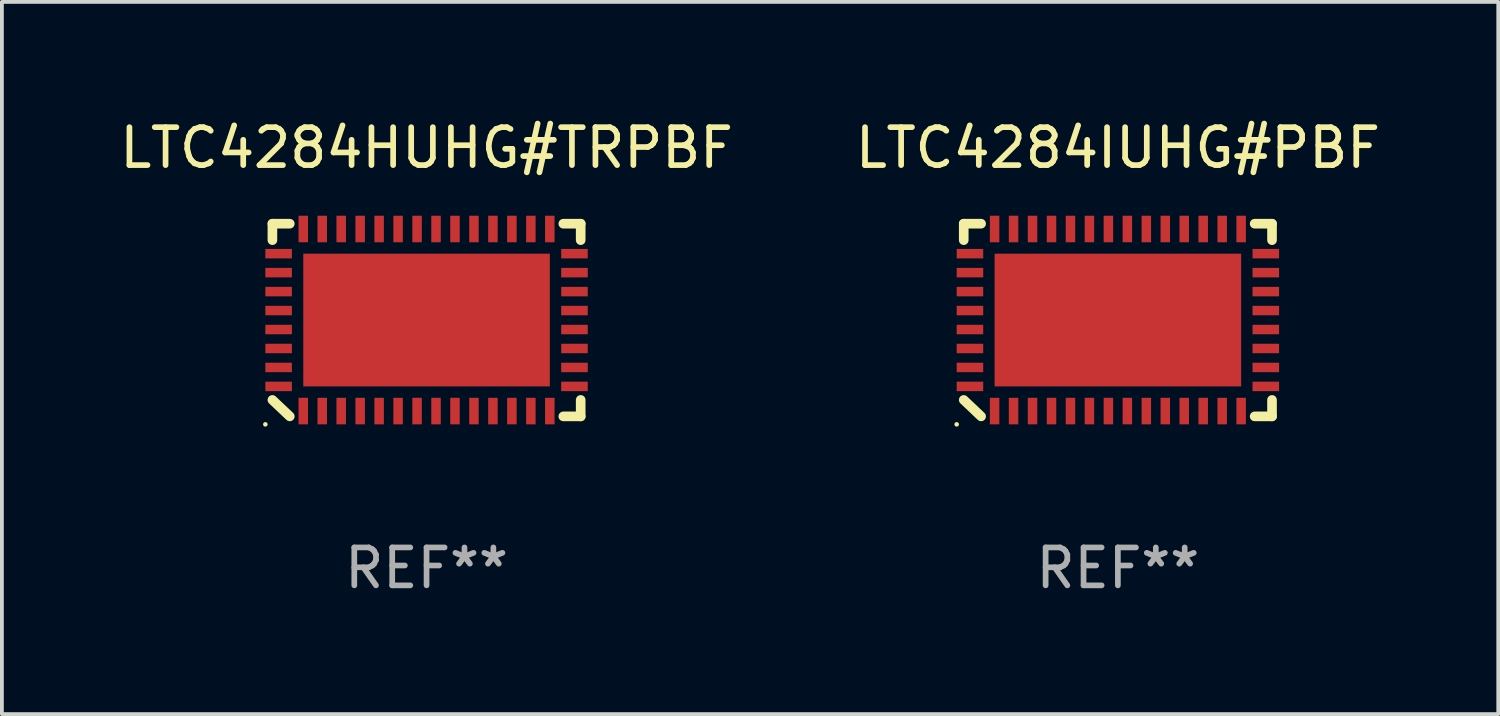
<source format=kicad_pcb>
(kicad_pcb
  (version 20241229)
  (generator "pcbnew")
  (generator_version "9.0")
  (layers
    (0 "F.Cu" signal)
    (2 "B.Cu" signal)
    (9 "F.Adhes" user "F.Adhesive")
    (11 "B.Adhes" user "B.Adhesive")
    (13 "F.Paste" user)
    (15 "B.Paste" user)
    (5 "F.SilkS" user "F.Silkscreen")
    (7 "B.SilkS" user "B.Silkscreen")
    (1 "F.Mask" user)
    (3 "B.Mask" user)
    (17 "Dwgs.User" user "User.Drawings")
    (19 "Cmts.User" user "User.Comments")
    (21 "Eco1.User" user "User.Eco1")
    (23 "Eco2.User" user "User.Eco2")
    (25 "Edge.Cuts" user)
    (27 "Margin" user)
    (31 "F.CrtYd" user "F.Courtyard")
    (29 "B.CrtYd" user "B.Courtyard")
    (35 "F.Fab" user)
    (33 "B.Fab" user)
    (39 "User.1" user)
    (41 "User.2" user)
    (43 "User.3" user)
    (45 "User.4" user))
  (footprint "LTC4284HUHG#TRPBF"
    (layer "F.Cu")
    (at 8.196 5.388)
    (property "Reference" "LTC4284HUHG#TRPBF" (at 0 -4.54 0) (layer "F.SilkS") (effects (font (size 1 1) (thickness 0.15))))
    (attr through_hole)
    (fp_line (start -4.064 -2.54) (end -3.606 -2.54) (stroke (width 0.254) (type solid)) (layer "F.SilkS"))
    (fp_line (start -4.064 -2.106) (end -4.064 -2.54) (stroke (width 0.254) (type solid)) (layer "F.SilkS"))
    (fp_line (start -3.606 2.54) (end -4.064 2.106) (stroke (width 0.254) (type solid)) (layer "F.SilkS"))
    (fp_line (start 3.606 -2.54) (end 4.064 -2.54) (stroke (width 0.254) (type solid)) (layer "F.SilkS"))
    (fp_line (start 4.064 -2.54) (end 4.064 -2.106) (stroke (width 0.254) (type solid)) (layer "F.SilkS"))
    (fp_line (start 4.064 2.106) (end 4.064 2.54) (stroke (width 0.254) (type solid)) (layer "F.SilkS"))
    (fp_line (start 4.064 2.54) (end 3.606 2.54) (stroke (width 0.254) (type solid)) (layer "F.SilkS"))
    (fp_circle (center -4.25 2.75) (end -4.22 2.75) (stroke (width 0.06) (type solid)) (fill no) (layer "F.SilkS"))
    (fp_text user "REF**" (at 0 6.54 0) (layer "F.Fab") (effects (font (size 1 1) (thickness 0.15))))
    (pad "1" smd rect (at -3.25 2.4) (size 0.25 0.7) (layers "F.Cu" "F.Mask" "F.Paste"))
    (pad "2" smd rect (at -2.75 2.4) (size 0.25 0.7) (layers "F.Cu" "F.Mask" "F.Paste"))
    (pad "3" smd rect (at -2.25 2.4) (size 0.25 0.7) (layers "F.Cu" "F.Mask" "F.Paste"))
    (pad "4" smd rect (at -1.75 2.4) (size 0.25 0.7) (layers "F.Cu" "F.Mask" "F.Paste"))
    (pad "5" smd rect (at -1.25 2.4) (size 0.25 0.7) (layers "F.Cu" "F.Mask" "F.Paste"))
    (pad "6" smd rect (at -0.75 2.4) (size 0.25 0.7) (layers "F.Cu" "F.Mask" "F.Paste"))
    (pad "7" smd rect (at -0.25 2.4) (size 0.25 0.7) (layers "F.Cu" "F.Mask" "F.Paste"))
    (pad "8" smd rect (at 0.25 2.4) (size 0.25 0.7) (layers "F.Cu" "F.Mask" "F.Paste"))
    (pad "9" smd rect (at 0.75 2.4) (size 0.25 0.7) (layers "F.Cu" "F.Mask" "F.Paste"))
    (pad "10" smd rect (at 1.25 2.4) (size 0.25 0.7) (layers "F.Cu" "F.Mask" "F.Paste"))
    (pad "11" smd rect (at 1.75 2.4) (size 0.25 0.7) (layers "F.Cu" "F.Mask" "F.Paste"))
    (pad "12" smd rect (at 2.25 2.4) (size 0.25 0.7) (layers "F.Cu" "F.Mask" "F.Paste"))
    (pad "13" smd rect (at 2.75 2.4) (size 0.25 0.7) (layers "F.Cu" "F.Mask" "F.Paste"))
    (pad "14" smd rect (at 3.25 2.4) (size 0.25 0.7) (layers "F.Cu" "F.Mask" "F.Paste"))
    (pad "15" smd rect (at 3.9 1.75 270) (size 0.25 0.7) (layers "F.Cu" "F.Mask" "F.Paste"))
    (pad "16" smd rect (at 3.9 1.25 270) (size 0.25 0.7) (layers "F.Cu" "F.Mask" "F.Paste"))
    (pad "17" smd rect (at 3.9 0.75 270) (size 0.25 0.7) (layers "F.Cu" "F.Mask" "F.Paste"))
    (pad "18" smd rect (at 3.9 0.25 270) (size 0.25 0.7) (layers "F.Cu" "F.Mask" "F.Paste"))
    (pad "19" smd rect (at 3.9 -0.25 270) (size 0.25 0.7) (layers "F.Cu" "F.Mask" "F.Paste"))
    (pad "20" smd rect (at 3.9 -0.75 270) (size 0.25 0.7) (layers "F.Cu" "F.Mask" "F.Paste"))
    (pad "21" smd rect (at 3.9 -1.25 270) (size 0.25 0.7) (layers "F.Cu" "F.Mask" "F.Paste"))
    (pad "22" smd rect (at 3.9 -1.75 270) (size 0.25 0.7) (layers "F.Cu" "F.Mask" "F.Paste"))
    (pad "23" smd rect (at 3.25 -2.4) (size 0.25 0.7) (layers "F.Cu" "F.Mask" "F.Paste"))
    (pad "24" smd rect (at 2.75 -2.4) (size 0.25 0.7) (layers "F.Cu" "F.Mask" "F.Paste"))
    (pad "25" smd rect (at 2.25 -2.4) (size 0.25 0.7) (layers "F.Cu" "F.Mask" "F.Paste"))
    (pad "26" smd rect (at 1.75 -2.4) (size 0.25 0.7) (layers "F.Cu" "F.Mask" "F.Paste"))
    (pad "27" smd rect (at 1.25 -2.4) (size 0.25 0.7) (layers "F.Cu" "F.Mask" "F.Paste"))
    (pad "28" smd rect (at 0.75 -2.4) (size 0.25 0.7) (layers "F.Cu" "F.Mask" "F.Paste"))
    (pad "29" smd rect (at 0.25 -2.4) (size 0.25 0.7) (layers "F.Cu" "F.Mask" "F.Paste"))
    (pad "30" smd rect (at -0.25 -2.4) (size 0.25 0.7) (layers "F.Cu" "F.Mask" "F.Paste"))
    (pad "31" smd rect (at -0.75 -2.4) (size 0.25 0.7) (layers "F.Cu" "F.Mask" "F.Paste"))
    (pad "32" smd rect (at -1.25 -2.4) (size 0.25 0.7) (layers "F.Cu" "F.Mask" "F.Paste"))
    (pad "33" smd rect (at -1.75 -2.4) (size 0.25 0.7) (layers "F.Cu" "F.Mask" "F.Paste"))
    (pad "34" smd rect (at -2.25 -2.4) (size 0.25 0.7) (layers "F.Cu" "F.Mask" "F.Paste"))
    (pad "35" smd rect (at -2.75 -2.4) (size 0.25 0.7) (layers "F.Cu" "F.Mask" "F.Paste"))
    (pad "36" smd rect (at -3.25 -2.4) (size 0.25 0.7) (layers "F.Cu" "F.Mask" "F.Paste"))
    (pad "37" smd rect (at -3.9 -1.75 270) (size 0.25 0.7) (layers "F.Cu" "F.Mask" "F.Paste"))
    (pad "38" smd rect (at -3.9 -1.25 270) (size 0.25 0.7) (layers "F.Cu" "F.Mask" "F.Paste"))
    (pad "39" smd rect (at -3.9 -0.75 270) (size 0.25 0.7) (layers "F.Cu" "F.Mask" "F.Paste"))
    (pad "40" smd rect (at -3.9 -0.25 270) (size 0.25 0.7) (layers "F.Cu" "F.Mask" "F.Paste"))
    (pad "41" smd rect (at -3.9 0.25 270) (size 0.25 0.7) (layers "F.Cu" "F.Mask" "F.Paste"))
    (pad "42" smd rect (at -3.9 0.75 270) (size 0.25 0.7) (layers "F.Cu" "F.Mask" "F.Paste"))
    (pad "43" smd rect (at -3.9 1.25 270) (size 0.25 0.7) (layers "F.Cu" "F.Mask" "F.Paste"))
    (pad "44" smd rect (at -3.9 1.75 270) (size 0.25 0.7) (layers "F.Cu" "F.Mask" "F.Paste"))
    (pad "45" smd rect (at 0 0 270) (size 3.5 6.5) (layers "F.Cu" "F.Mask" "F.Paste")))
  (footprint "LTC4284IUHG#PBF"
    (layer "F.Cu")
    (at 26.423 5.388)
    (property "Reference" "LTC4284IUHG#PBF" (at 0 -4.54 0) (layer "F.SilkS") (effects (font (size 1 1) (thickness 0.15))))
    (attr through_hole)
    (fp_line (start -4.064 -2.54) (end -3.606 -2.54) (stroke (width 0.254) (type solid)) (layer "F.SilkS"))
    (fp_line (start -4.064 -2.106) (end -4.064 -2.54) (stroke (width 0.254) (type solid)) (layer "F.SilkS"))
    (fp_line (start -3.606 2.54) (end -4.064 2.106) (stroke (width 0.254) (type solid)) (layer "F.SilkS"))
    (fp_line (start 3.606 -2.54) (end 4.064 -2.54) (stroke (width 0.254) (type solid)) (layer "F.SilkS"))
    (fp_line (start 4.064 -2.54) (end 4.064 -2.106) (stroke (width 0.254) (type solid)) (layer "F.SilkS"))
    (fp_line (start 4.064 2.106) (end 4.064 2.54) (stroke (width 0.254) (type solid)) (layer "F.SilkS"))
    (fp_line (start 4.064 2.54) (end 3.606 2.54) (stroke (width 0.254) (type solid)) (layer "F.SilkS"))
    (fp_circle (center -4.25 2.75) (end -4.22 2.75) (stroke (width 0.06) (type solid)) (fill no) (layer "F.SilkS"))
    (fp_text user "REF**" (at 0 6.54 0) (layer "F.Fab") (effects (font (size 1 1) (thickness 0.15))))
    (pad "1" smd rect (at -3.25 2.4) (size 0.25 0.7) (layers "F.Cu" "F.Mask" "F.Paste"))
    (pad "2" smd rect (at -2.75 2.4) (size 0.25 0.7) (layers "F.Cu" "F.Mask" "F.Paste"))
    (pad "3" smd rect (at -2.25 2.4) (size 0.25 0.7) (layers "F.Cu" "F.Mask" "F.Paste"))
    (pad "4" smd rect (at -1.75 2.4) (size 0.25 0.7) (layers "F.Cu" "F.Mask" "F.Paste"))
    (pad "5" smd rect (at -1.25 2.4) (size 0.25 0.7) (layers "F.Cu" "F.Mask" "F.Paste"))
    (pad "6" smd rect (at -0.75 2.4) (size 0.25 0.7) (layers "F.Cu" "F.Mask" "F.Paste"))
    (pad "7" smd rect (at -0.25 2.4) (size 0.25 0.7) (layers "F.Cu" "F.Mask" "F.Paste"))
    (pad "8" smd rect (at 0.25 2.4) (size 0.25 0.7) (layers "F.Cu" "F.Mask" "F.Paste"))
    (pad "9" smd rect (at 0.75 2.4) (size 0.25 0.7) (layers "F.Cu" "F.Mask" "F.Paste"))
    (pad "10" smd rect (at 1.25 2.4) (size 0.25 0.7) (layers "F.Cu" "F.Mask" "F.Paste"))
    (pad "11" smd rect (at 1.75 2.4) (size 0.25 0.7) (layers "F.Cu" "F.Mask" "F.Paste"))
    (pad "12" smd rect (at 2.25 2.4) (size 0.25 0.7) (layers "F.Cu" "F.Mask" "F.Paste"))
    (pad "13" smd rect (at 2.75 2.4) (size 0.25 0.7) (layers "F.Cu" "F.Mask" "F.Paste"))
    (pad "14" smd rect (at 3.25 2.4) (size 0.25 0.7) (layers "F.Cu" "F.Mask" "F.Paste"))
    (pad "15" smd rect (at 3.9 1.75 270) (size 0.25 0.7) (layers "F.Cu" "F.Mask" "F.Paste"))
    (pad "16" smd rect (at 3.9 1.25 270) (size 0.25 0.7) (layers "F.Cu" "F.Mask" "F.Paste"))
    (pad "17" smd rect (at 3.9 0.75 270) (size 0.25 0.7) (layers "F.Cu" "F.Mask" "F.Paste"))
    (pad "18" smd rect (at 3.9 0.25 270) (size 0.25 0.7) (layers "F.Cu" "F.Mask" "F.Paste"))
    (pad "19" smd rect (at 3.9 -0.25 270) (size 0.25 0.7) (layers "F.Cu" "F.Mask" "F.Paste"))
    (pad "20" smd rect (at 3.9 -0.75 270) (size 0.25 0.7) (layers "F.Cu" "F.Mask" "F.Paste"))
    (pad "21" smd rect (at 3.9 -1.25 270) (size 0.25 0.7) (layers "F.Cu" "F.Mask" "F.Paste"))
    (pad "22" smd rect (at 3.9 -1.75 270) (size 0.25 0.7) (layers "F.Cu" "F.Mask" "F.Paste"))
    (pad "23" smd rect (at 3.25 -2.4) (size 0.25 0.7) (layers "F.Cu" "F.Mask" "F.Paste"))
    (pad "24" smd rect (at 2.75 -2.4) (size 0.25 0.7) (layers "F.Cu" "F.Mask" "F.Paste"))
    (pad "25" smd rect (at 2.25 -2.4) (size 0.25 0.7) (layers "F.Cu" "F.Mask" "F.Paste"))
    (pad "26" smd rect (at 1.75 -2.4) (size 0.25 0.7) (layers "F.Cu" "F.Mask" "F.Paste"))
    (pad "27" smd rect (at 1.25 -2.4) (size 0.25 0.7) (layers "F.Cu" "F.Mask" "F.Paste"))
    (pad "28" smd rect (at 0.75 -2.4) (size 0.25 0.7) (layers "F.Cu" "F.Mask" "F.Paste"))
    (pad "29" smd rect (at 0.25 -2.4) (size 0.25 0.7) (layers "F.Cu" "F.Mask" "F.Paste"))
    (pad "30" smd rect (at -0.25 -2.4) (size 0.25 0.7) (layers "F.Cu" "F.Mask" "F.Paste"))
    (pad "31" smd rect (at -0.75 -2.4) (size 0.25 0.7) (layers "F.Cu" "F.Mask" "F.Paste"))
    (pad "32" smd rect (at -1.25 -2.4) (size 0.25 0.7) (layers "F.Cu" "F.Mask" "F.Paste"))
    (pad "33" smd rect (at -1.75 -2.4) (size 0.25 0.7) (layers "F.Cu" "F.Mask" "F.Paste"))
    (pad "34" smd rect (at -2.25 -2.4) (size 0.25 0.7) (layers "F.Cu" "F.Mask" "F.Paste"))
    (pad "35" smd rect (at -2.75 -2.4) (size 0.25 0.7) (layers "F.Cu" "F.Mask" "F.Paste"))
    (pad "36" smd rect (at -3.25 -2.4) (size 0.25 0.7) (layers "F.Cu" "F.Mask" "F.Paste"))
    (pad "37" smd rect (at -3.9 -1.75 270) (size 0.25 0.7) (layers "F.Cu" "F.Mask" "F.Paste"))
    (pad "38" smd rect (at -3.9 -1.25 270) (size 0.25 0.7) (layers "F.Cu" "F.Mask" "F.Paste"))
    (pad "39" smd rect (at -3.9 -0.75 270) (size 0.25 0.7) (layers "F.Cu" "F.Mask" "F.Paste"))
    (pad "40" smd rect (at -3.9 -0.25 270) (size 0.25 0.7) (layers "F.Cu" "F.Mask" "F.Paste"))
    (pad "41" smd rect (at -3.9 0.25 270) (size 0.25 0.7) (layers "F.Cu" "F.Mask" "F.Paste"))
    (pad "42" smd rect (at -3.9 0.75 270) (size 0.25 0.7) (layers "F.Cu" "F.Mask" "F.Paste"))
    (pad "43" smd rect (at -3.9 1.25 270) (size 0.25 0.7) (layers "F.Cu" "F.Mask" "F.Paste"))
    (pad "44" smd rect (at -3.9 1.75 270) (size 0.25 0.7) (layers "F.Cu" "F.Mask" "F.Paste"))
    (pad "45" smd rect (at 0 0 270) (size 3.5 6.5) (layers "F.Cu" "F.Mask" "F.Paste")))
  (gr_rect
    (start -3 -3)
    (end 36.452 15.777)
    (stroke (width 0.1) (type default))
    (fill no)
    (layer "Edge.Cuts")))
</source>
